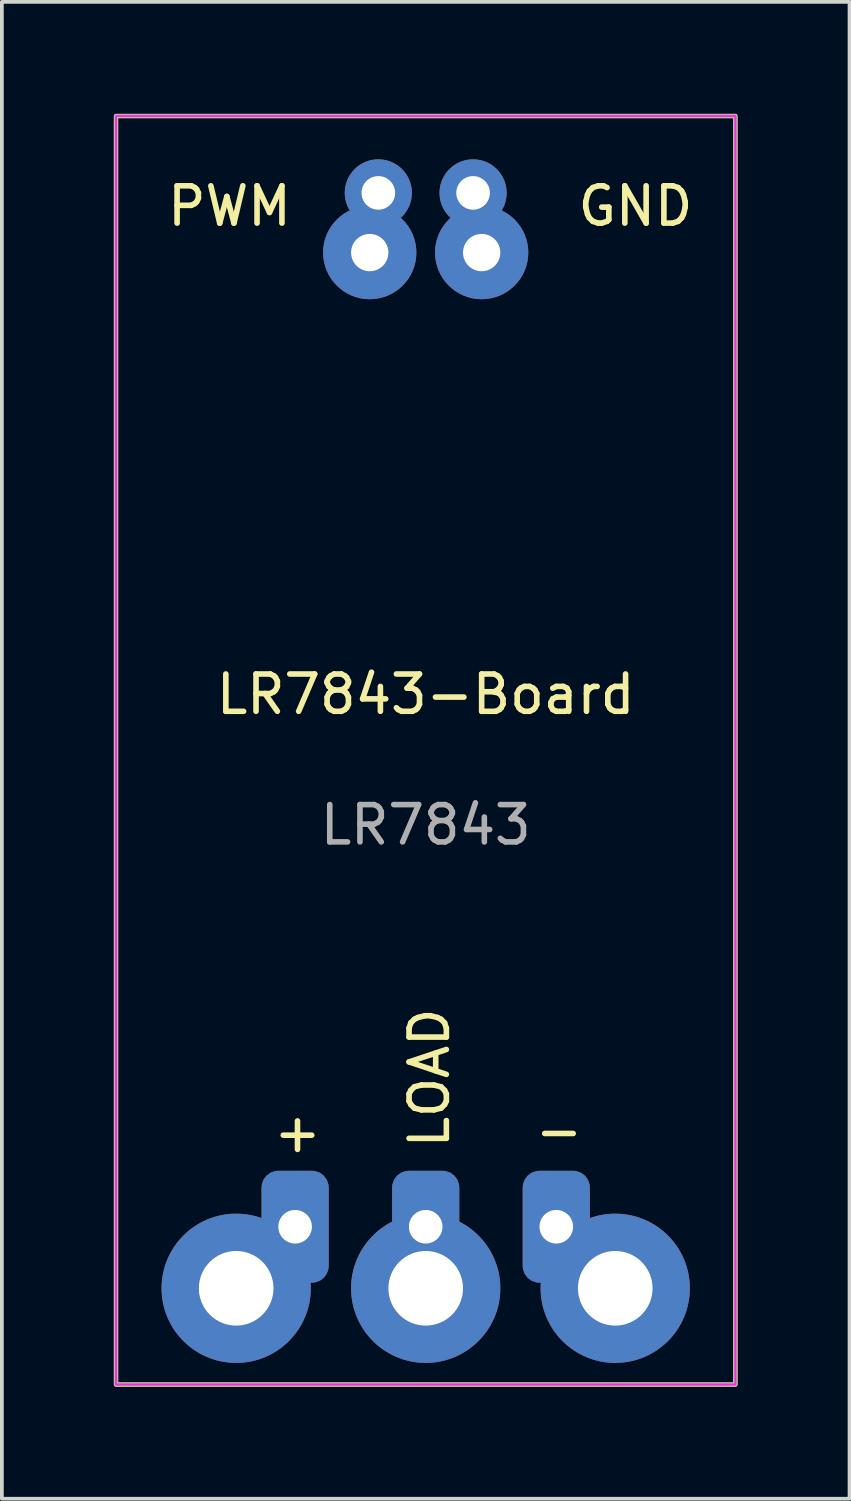
<source format=kicad_pcb>
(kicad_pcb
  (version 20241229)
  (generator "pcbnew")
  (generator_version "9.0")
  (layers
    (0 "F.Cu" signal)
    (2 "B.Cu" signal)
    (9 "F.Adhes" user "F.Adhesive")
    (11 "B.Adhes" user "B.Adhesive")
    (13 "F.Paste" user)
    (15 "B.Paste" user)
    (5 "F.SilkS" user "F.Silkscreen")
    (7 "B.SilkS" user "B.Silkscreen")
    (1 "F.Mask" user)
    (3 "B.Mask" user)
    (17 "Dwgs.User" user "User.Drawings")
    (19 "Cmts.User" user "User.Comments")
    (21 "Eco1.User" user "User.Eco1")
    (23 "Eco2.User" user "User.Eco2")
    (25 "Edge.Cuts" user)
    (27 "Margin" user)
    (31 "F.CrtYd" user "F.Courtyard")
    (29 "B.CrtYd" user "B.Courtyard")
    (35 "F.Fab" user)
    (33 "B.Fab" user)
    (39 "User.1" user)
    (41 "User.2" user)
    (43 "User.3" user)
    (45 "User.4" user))
  (footprint "LR7843-Board"
    (layer "F.Cu")
    (at 8.36 16.06)
    (property "Reference" "LR7843-Board" (at 0 -0.5 0) (unlocked yes) (layer "F.SilkS") (effects (font (size 1 1) (thickness 0.15))))
    (fp_rect (start -8.3 -16) (end 8.3 18) (stroke (width 0.12) (type default)) (fill no) (layer "F.SilkS"))
    (fp_rect (start -8.3 -16) (end 8.3 18) (stroke (width 0.05) (type default)) (fill no) (layer "F.CrtYd"))
    (fp_rect (start -8.3 -16) (end 8.3 18) (stroke (width 0.1) (type default)) (fill no) (layer "F.Fab"))
    (fp_text user "LOAD" (at 0.684 11.737 90) (unlocked yes) (layer "F.SilkS") (effects (font (size 1 1) (thickness 0.15)) (justify left bottom)))
    (fp_text user "GND" (at 4 -13 0) (unlocked yes) (layer "F.SilkS") (effects (font (size 1 1) (thickness 0.15)) (justify left bottom)))
    (fp_text user "PWM" (at -7 -13 0) (unlocked yes) (layer "F.SilkS") (effects (font (size 1 1) (thickness 0.15)) (justify left bottom)))
    (fp_text user "+" (at -4.154 11.827 0) (unlocked yes) (layer "F.SilkS") (effects (font (size 1 1) (thickness 0.15)) (justify left bottom)))
    (fp_text user "-" (at 2.854 11.782 0) (unlocked yes) (layer "F.SilkS") (effects (font (size 1 1) (thickness 0.15)) (justify left bottom)))
    (fp_text user "LR7843" (at 0 3 0) (unlocked yes) (layer "F.Fab") (effects (font (size 1 1) (thickness 0.15))))
    (pad "1" thru_hole circle (at -1.5 -12.34) (size 2.5 2.5) (drill 1) (layers "*.Cu" "*.Mask"))
    (pad "1" thru_hole circle (at -1.27 -13.94) (size 1.8 1.8) (drill 0.9) (layers "*.Cu" "*.Mask"))
    (pad "2" thru_hole circle (at 1.27 -13.94) (size 1.8 1.8) (drill 0.9) (layers "*.Cu" "*.Mask"))
    (pad "2" thru_hole circle (at 1.5 -12.34) (size 2.5 2.5) (drill 1) (layers "*.Cu" "*.Mask"))
    (pad "3" thru_hole circle (at -5.08 15.42) (size 4 4) (drill 2) (layers "*.Cu" "*.Mask"))
    (pad "3" thru_hole roundrect (at -3.5 13.77) (size 1.8 3) (drill 0.9) (layers "*.Cu" "*.Mask") (roundrect_rratio 0.25))
    (pad "4" thru_hole roundrect (at 0 13.77) (size 1.8 3) (drill 0.9) (layers "*.Cu" "*.Mask") (roundrect_rratio 0.25))
    (pad "4" thru_hole circle (at 0 15.42) (size 4 4) (drill 2) (layers "*.Cu" "*.Mask"))
    (pad "5" thru_hole roundrect (at 3.5 13.77) (size 1.8 3) (drill 0.9) (layers "*.Cu" "*.Mask") (roundrect_rratio 0.25))
    (pad "5" thru_hole circle (at 5.08 15.42) (size 4 4) (drill 2) (layers "*.Cu" "*.Mask")))
  (gr_rect
    (start -3 -3)
    (end 19.72 37.12)
    (stroke (width 0.1) (type default))
    (fill no)
    (layer "Edge.Cuts")))
</source>
